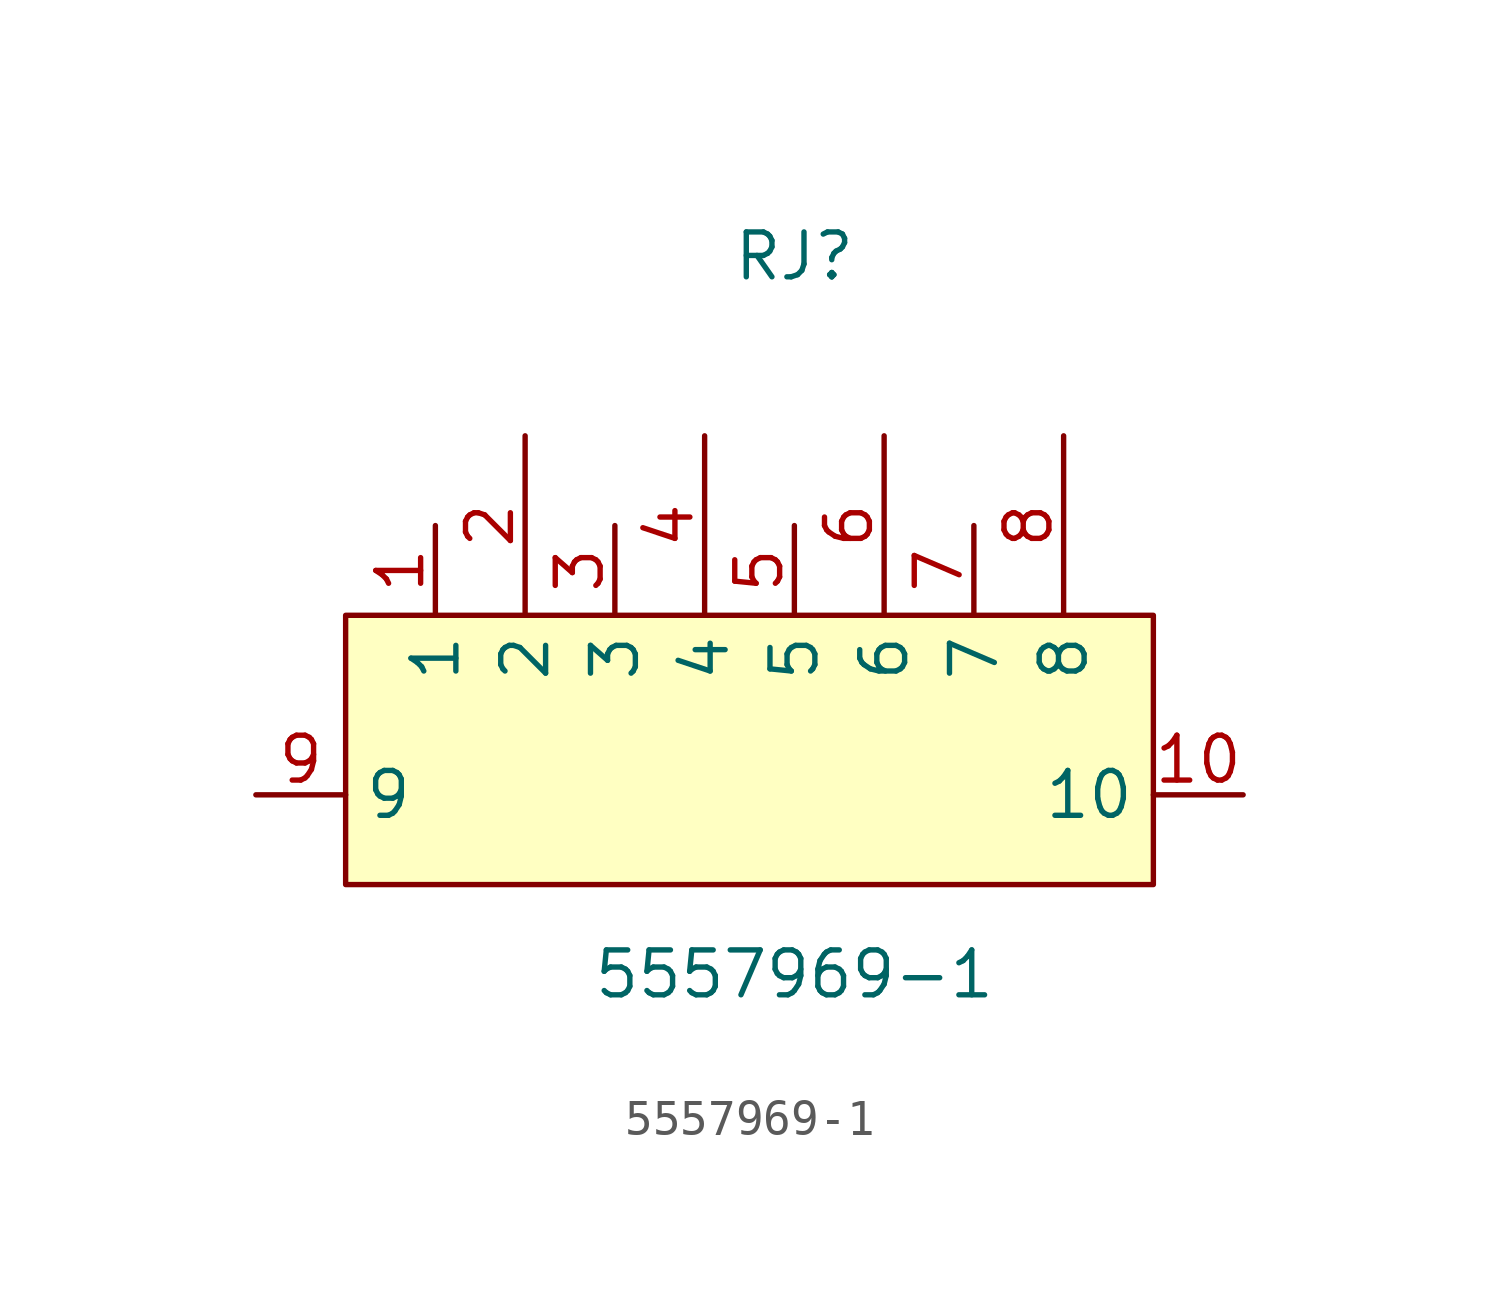
<source format=kicad_sym>
(kicad_symbol_lib
  (version 20211014)
  (generator https://github.com/uPesy/easyeda2kicad.py)
  (symbol "5557969-1"
    (property "Reference" "RJ"
      (at 0 10.16 0)
      (effects (font (size 1.27 1.27))))
    (property "Value" "5557969-1"
      (at 0 -10.16 0)
      (effects (font (size 1.27 1.27))))
    (symbol "5557969-1_0_1"
      (rectangle (start -12.70 -0.00) (end 10.16 -7.62) (stroke (width 0) (type default) (color 0 0 0 0)) (fill (type background)))
      (pin unspecified line (at -10.16 2.54 270) (length 2.54) (name "1" (effects (font (size 1.27 1.27)))) (number "1" (effects (font (size 1.27 1.27)))))
      (pin unspecified line (at -7.62 5.08 270) (length 5.08) (name "2" (effects (font (size 1.27 1.27)))) (number "2" (effects (font (size 1.27 1.27)))))
      (pin unspecified line (at -5.08 2.54 270) (length 2.54) (name "3" (effects (font (size 1.27 1.27)))) (number "3" (effects (font (size 1.27 1.27)))))
      (pin unspecified line (at -2.54 5.08 270) (length 5.08) (name "4" (effects (font (size 1.27 1.27)))) (number "4" (effects (font (size 1.27 1.27)))))
      (pin unspecified line (at 0.00 2.54 270) (length 2.54) (name "5" (effects (font (size 1.27 1.27)))) (number "5" (effects (font (size 1.27 1.27)))))
      (pin unspecified line (at 2.54 5.08 270) (length 5.08) (name "6" (effects (font (size 1.27 1.27)))) (number "6" (effects (font (size 1.27 1.27)))))
      (pin unspecified line (at 5.08 2.54 270) (length 2.54) (name "7" (effects (font (size 1.27 1.27)))) (number "7" (effects (font (size 1.27 1.27)))))
      (pin unspecified line (at 7.62 5.08 270) (length 5.08) (name "8" (effects (font (size 1.27 1.27)))) (number "8" (effects (font (size 1.27 1.27)))))
      (pin unspecified line (at -15.24 -5.08 0) (length 2.54) (name "9" (effects (font (size 1.27 1.27)))) (number "9" (effects (font (size 1.27 1.27)))))
      (pin unspecified line (at 12.70 -5.08 180) (length 2.54) (name "10" (effects (font (size 1.27 1.27)))) (number "10" (effects (font (size 1.27 1.27))))))))
</source>
